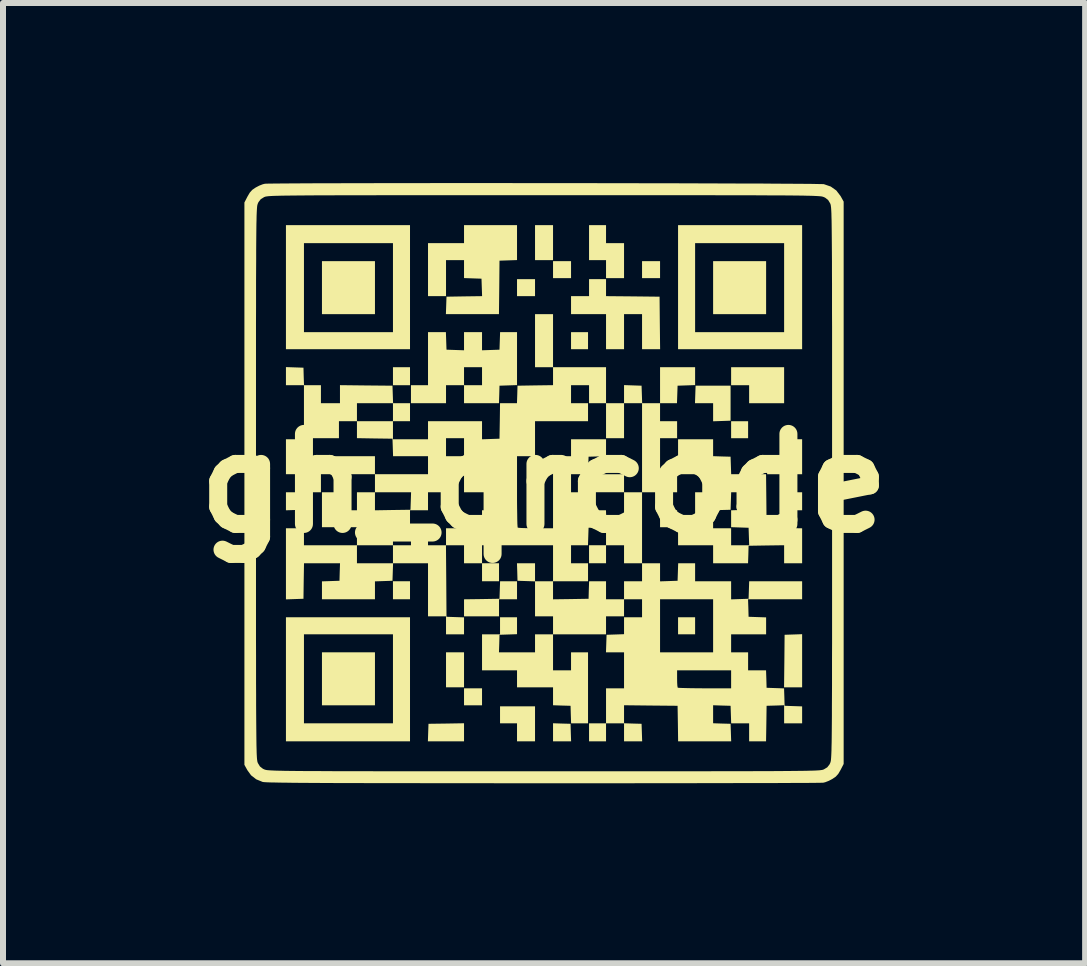
<source format=kicad_pcb>
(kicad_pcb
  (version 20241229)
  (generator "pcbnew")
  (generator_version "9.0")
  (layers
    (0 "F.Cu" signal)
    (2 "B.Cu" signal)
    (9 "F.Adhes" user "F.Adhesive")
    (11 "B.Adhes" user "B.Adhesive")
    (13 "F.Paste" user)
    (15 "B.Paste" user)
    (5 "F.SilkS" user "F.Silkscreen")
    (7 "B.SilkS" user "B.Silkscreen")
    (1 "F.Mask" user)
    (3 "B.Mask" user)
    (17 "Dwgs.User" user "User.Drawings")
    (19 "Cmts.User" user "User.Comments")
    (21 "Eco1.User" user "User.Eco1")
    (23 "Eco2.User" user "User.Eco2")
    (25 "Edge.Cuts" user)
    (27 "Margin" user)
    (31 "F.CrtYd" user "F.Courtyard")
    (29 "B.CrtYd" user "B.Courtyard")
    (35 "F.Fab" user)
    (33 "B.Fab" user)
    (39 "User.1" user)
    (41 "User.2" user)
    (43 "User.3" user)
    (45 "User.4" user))
  (footprint "gh_qrcode"
    (layer "F.Cu")
    (at 6.014 5.001)
    (property "Reference" "gh_qrcode" (at 0 0 0) (layer "F.SilkS") (effects (font (size 1.5 1.5) (thickness 0.3))))
    (attr board_only exclude_from_pos_files exclude_from_bom)
    (fp_poly (pts (xy -2.817 -3.258) (xy -2.817 -2.817) (xy -3.258 -2.817) (xy -3.7 -2.817) (xy -3.7 -3.258) (xy -3.7 -3.7) (xy -3.258 -3.7) (xy -2.817 -3.7)) (stroke (width 0) (type solid)) (fill yes) (layer "F.SilkS"))
    (fp_poly (pts (xy -2.817 3.258) (xy -2.817 3.7) (xy -3.258 3.7) (xy -3.7 3.7) (xy -3.7 3.258) (xy -3.7 2.817) (xy -3.258 2.817) (xy -2.817 2.817)) (stroke (width 0) (type solid)) (fill yes) (layer "F.SilkS"))
    (fp_poly (pts (xy -2.233 -1.783) (xy -2.233 -1.633) (xy -2.375 -1.633) (xy -2.517 -1.633) (xy -2.517 -1.783) (xy -2.517 -1.933) (xy -2.375 -1.933) (xy -2.233 -1.933)) (stroke (width 0) (type solid)) (fill yes) (layer "F.SilkS"))
    (fp_poly (pts (xy -2.233 1.783) (xy -2.233 1.933) (xy -2.375 1.933) (xy -2.517 1.933) (xy -2.517 1.783) (xy -2.517 1.633) (xy -2.375 1.633) (xy -2.233 1.633)) (stroke (width 0) (type solid)) (fill yes) (layer "F.SilkS"))
    (fp_poly (pts (xy -1.333 3.108) (xy -1.333 3.4) (xy -1.483 3.4) (xy -1.633 3.4) (xy -1.633 3.108) (xy -1.633 2.817) (xy -1.483 2.817) (xy -1.333 2.817)) (stroke (width 0) (type solid)) (fill yes) (layer "F.SilkS"))
    (fp_poly (pts (xy -1.333 4.15) (xy -1.333 4.3) (xy -1.634 4.3) (xy -1.935 4.3) (xy -1.93 4.154) (xy -1.925 4.008) (xy -1.629 4.004) (xy -1.333 3.999)) (stroke (width 0) (type solid)) (fill yes) (layer "F.SilkS"))
    (fp_poly (pts (xy -1.033 3.558) (xy -1.033 3.7) (xy -1.183 3.7) (xy -1.333 3.7) (xy -1.333 3.558) (xy -1.333 3.417) (xy -1.183 3.417) (xy -1.033 3.417)) (stroke (width 0) (type solid)) (fill yes) (layer "F.SilkS"))
    (fp_poly (pts (xy -0.75 1.483) (xy -0.75 1.633) (xy -0.892 1.633) (xy -1.033 1.633) (xy -1.033 1.483) (xy -1.033 1.333) (xy -0.892 1.333) (xy -0.75 1.333)) (stroke (width 0) (type solid)) (fill yes) (layer "F.SilkS"))
    (fp_poly (pts (xy -0.15 -3.258) (xy -0.15 -3.117) (xy -0.3 -3.117) (xy -0.45 -3.117) (xy -0.45 -3.258) (xy -0.45 -3.4) (xy -0.3 -3.4) (xy -0.15 -3.4)) (stroke (width 0) (type solid)) (fill yes) (layer "F.SilkS"))
    (fp_poly (pts (xy 0.15 -4.008) (xy 0.15 -3.717) (xy 0 -3.717) (xy -0.15 -3.717) (xy -0.15 -4.008) (xy -0.15 -4.3) (xy 0 -4.3) (xy 0.15 -4.3)) (stroke (width 0) (type solid)) (fill yes) (layer "F.SilkS"))
    (fp_poly (pts (xy 0.15 -2.375) (xy 0.15 -1.933) (xy 0 -1.933) (xy -0.15 -1.933) (xy -0.15 -2.375) (xy -0.15 -2.817) (xy 0 -2.817) (xy 0.15 -2.817)) (stroke (width 0) (type solid)) (fill yes) (layer "F.SilkS"))
    (fp_poly (pts (xy 0.296 4.004) (xy 0.442 4.008) (xy 0.446 4.154) (xy 0.451 4.3) (xy 0.301 4.3) (xy 0.15 4.3) (xy 0.15 4.149) (xy 0.15 3.999)) (stroke (width 0) (type solid)) (fill yes) (layer "F.SilkS"))
    (fp_poly (pts (xy 0.45 -3.558) (xy 0.45 -3.417) (xy 0.3 -3.417) (xy 0.15 -3.417) (xy 0.15 -3.558) (xy 0.15 -3.7) (xy 0.3 -3.7) (xy 0.45 -3.7)) (stroke (width 0) (type solid)) (fill yes) (layer "F.SilkS"))
    (fp_poly (pts (xy 0.733 -2.375) (xy 0.733 -2.233) (xy 0.592 -2.233) (xy 0.45 -2.233) (xy 0.45 -2.375) (xy 0.45 -2.517) (xy 0.592 -2.517) (xy 0.733 -2.517)) (stroke (width 0) (type solid)) (fill yes) (layer "F.SilkS"))
    (fp_poly (pts (xy 1.033 1.183) (xy 1.033 1.333) (xy 0.892 1.333) (xy 0.75 1.333) (xy 0.75 1.183) (xy 0.75 1.033) (xy 0.892 1.033) (xy 1.033 1.033)) (stroke (width 0) (type solid)) (fill yes) (layer "F.SilkS"))
    (fp_poly (pts (xy 1.333 0) (xy 1.333 0.15) (xy 1.042 0.15) (xy 0.75 0.15) (xy 0.75 0) (xy 0.75 -0.15) (xy 1.042 -0.15) (xy 1.333 -0.15)) (stroke (width 0) (type solid)) (fill yes) (layer "F.SilkS"))
    (fp_poly (pts (xy 1.933 -3.558) (xy 1.933 -3.417) (xy 1.783 -3.417) (xy 1.633 -3.417) (xy 1.633 -3.558) (xy 1.633 -3.7) (xy 1.783 -3.7) (xy 1.933 -3.7)) (stroke (width 0) (type solid)) (fill yes) (layer "F.SilkS"))
    (fp_poly (pts (xy 2.217 0.592) (xy 2.217 0.733) (xy 2.075 0.733) (xy 1.933 0.733) (xy 1.933 0.592) (xy 1.933 0.45) (xy 2.075 0.45) (xy 2.217 0.45)) (stroke (width 0) (type solid)) (fill yes) (layer "F.SilkS"))
    (fp_poly (pts (xy 2.517 2.375) (xy 2.517 2.517) (xy 2.375 2.517) (xy 2.233 2.517) (xy 2.233 2.375) (xy 2.233 2.233) (xy 2.375 2.233) (xy 2.517 2.233)) (stroke (width 0) (type solid)) (fill yes) (layer "F.SilkS"))
    (fp_poly (pts (xy 3.4 -0.892) (xy 3.4 -0.75) (xy 3.258 -0.75) (xy 3.117 -0.75) (xy 3.117 -0.892) (xy 3.117 -1.033) (xy 3.258 -1.033) (xy 3.4 -1.033)) (stroke (width 0) (type solid)) (fill yes) (layer "F.SilkS"))
    (fp_poly (pts (xy 3.7 -3.258) (xy 3.7 -2.817) (xy 3.258 -2.817) (xy 2.817 -2.817) (xy 2.817 -3.258) (xy 2.817 -3.7) (xy 3.258 -3.7) (xy 3.7 -3.7)) (stroke (width 0) (type solid)) (fill yes) (layer "F.SilkS"))
    (fp_poly (pts (xy 4.3 2.958) (xy 4.3 3.4) (xy 4.15 3.4) (xy 3.999 3.4) (xy 4.004 2.962) (xy 4.008 2.525) (xy 4.154 2.52) (xy 4.3 2.515)) (stroke (width 0) (type solid)) (fill yes) (layer "F.SilkS"))
    (fp_poly (pts (xy -0.15 4.008) (xy -0.15 4.3) (xy -0.3 4.3) (xy -0.45 4.3) (xy -0.45 4.15) (xy -0.45 4) (xy -0.592 4) (xy -0.733 4) (xy -0.733 3.858) (xy -0.733 3.717) (xy -0.442 3.717) (xy -0.15 3.717)) (stroke (width 0) (type solid)) (fill yes) (layer "F.SilkS"))
    (fp_poly (pts (xy 3.108 -1.333) (xy 3.108 -1.042) (xy 2.962 -1.037) (xy 2.817 -1.032) (xy 2.817 -1.183) (xy 2.817 -1.333) (xy 2.666 -1.333) (xy 2.515 -1.333) (xy 2.52 -1.479) (xy 2.525 -1.625) (xy 2.817 -1.625) (xy 3.108 -1.625)) (stroke (width 0) (type solid)) (fill yes) (layer "F.SilkS"))
    (fp_poly (pts (xy 4 -1.633) (xy 4 -1.333) (xy 3.708 -1.333) (xy 3.417 -1.333) (xy 3.417 -1.483) (xy 3.417 -1.633) (xy 3.267 -1.633) (xy 3.117 -1.633) (xy 3.117 -1.783) (xy 3.117 -1.933) (xy 3.558 -1.933) (xy 4 -1.933)) (stroke (width 0) (type solid)) (fill yes) (layer "F.SilkS"))
    (fp_poly (pts (xy 4.3 -0.442) (xy 4.3 -0.15) (xy 4.008 -0.15) (xy 3.717 -0.15) (xy 3.717 -0.3) (xy 3.717 -0.45) (xy 3.858 -0.45) (xy 4 -0.45) (xy 4 -0.592) (xy 4 -0.733) (xy 4.15 -0.733) (xy 4.3 -0.733)) (stroke (width 0) (type solid)) (fill yes) (layer "F.SilkS"))
    (fp_poly (pts (xy 4.3 0.3) (xy 4.3 0.45) (xy 4.161 0.45) (xy 4.096 0.449) (xy 4.044 0.445) (xy 4.015 0.441) (xy 4.011 0.439) (xy 4.006 0.418) (xy 4.002 0.373) (xy 4 0.311) (xy 4 0.289) (xy 4 0.15) (xy 4.15 0.15) (xy 4.3 0.15)) (stroke (width 0) (type solid)) (fill yes) (layer "F.SilkS"))
    (fp_poly (pts (xy -0.45 1.783) (xy -0.45 1.933) (xy -0.6 1.933) (xy -0.75 1.933) (xy -0.75 2.075) (xy -0.75 2.217) (xy -1.042 2.217) (xy -1.333 2.217) (xy -1.333 2.075) (xy -1.333 1.934) (xy -1.038 1.93) (xy -0.742 1.925) (xy -0.737 1.779) (xy -0.732 1.633) (xy -0.591 1.633) (xy -0.45 1.633)) (stroke (width 0) (type solid)) (fill yes) (layer "F.SilkS"))
    (fp_poly (pts (xy 1.033 -4.15) (xy 1.033 -4) (xy 1.183 -4) (xy 1.333 -4) (xy 1.333 -3.708) (xy 1.333 -3.417) (xy 1.183 -3.417) (xy 1.033 -3.417) (xy 1.033 -3.567) (xy 1.033 -3.717) (xy 0.892 -3.717) (xy 0.75 -3.717) (xy 0.75 -4.008) (xy 0.75 -4.3) (xy 0.892 -4.3) (xy 1.033 -4.3)) (stroke (width 0) (type solid)) (fill yes) (layer "F.SilkS"))
    (fp_poly (pts (xy -2.233 -3.267) (xy -2.233 -2.233) (xy -3.267 -2.233) (xy -4.3 -2.233) (xy -4.3 -3.258) (xy -4 -3.258) (xy -4 -2.517) (xy -3.258 -2.517) (xy -2.517 -2.517) (xy -2.517 -3.258) (xy -2.517 -4) (xy -3.258 -4) (xy -4 -4) (xy -4 -3.258) (xy -4.3 -3.258) (xy -4.3 -3.267) (xy -4.3 -4.3) (xy -3.267 -4.3) (xy -2.233 -4.3)) (stroke (width 0) (type solid)) (fill yes) (layer "F.SilkS"))
    (fp_poly (pts (xy -2.233 3.267) (xy -2.233 4.3) (xy -3.267 4.3) (xy -4.3 4.3) (xy -4.3 3.267) (xy -4.3 3.258) (xy -4 3.258) (xy -4 4) (xy -3.258 4) (xy -2.517 4) (xy -2.517 3.258) (xy -2.517 2.517) (xy -3.258 2.517) (xy -4 2.517) (xy -4 3.258) (xy -4.3 3.258) (xy -4.3 2.233) (xy -3.267 2.233) (xy -2.233 2.233)) (stroke (width 0) (type solid)) (fill yes) (layer "F.SilkS"))
    (fp_poly (pts (xy 4.3 -3.267) (xy 4.3 -2.233) (xy 3.267 -2.233) (xy 2.233 -2.233) (xy 2.233 -3.258) (xy 2.517 -3.258) (xy 2.517 -2.517) (xy 3.258 -2.517) (xy 4 -2.517) (xy 4 -3.258) (xy 4 -4) (xy 3.258 -4) (xy 2.517 -4) (xy 2.517 -3.258) (xy 2.233 -3.258) (xy 2.233 -3.267) (xy 2.233 -4.3) (xy 3.267 -4.3) (xy 4.3 -4.3)) (stroke (width 0) (type solid)) (fill yes) (layer "F.SilkS"))
    (fp_poly (pts (xy 1.033 -3.259) (xy 1.033 -3.117) (xy 1.479 -3.113) (xy 1.925 -3.108) (xy 1.929 -2.671) (xy 1.934 -2.233) (xy 1.784 -2.233) (xy 1.633 -2.233) (xy 1.633 -2.525) (xy 1.633 -2.817) (xy 1.483 -2.817) (xy 1.333 -2.817) (xy 1.333 -2.525) (xy 1.333 -2.233) (xy 1.183 -2.233) (xy 1.033 -2.233) (xy 1.033 -2.525) (xy 1.033 -2.817) (xy 0.742 -2.817) (xy 0.45 -2.817) (xy 0.45 -2.967) (xy 0.45 -3.117) (xy 0.6 -3.117) (xy 0.75 -3.117) (xy 0.75 -3.258) (xy 0.75 -3.4) (xy 0.892 -3.4) (xy 1.033 -3.4)) (stroke (width 0) (type solid)) (fill yes) (layer "F.SilkS"))
    (fp_poly (pts (xy -0.45 -4.009) (xy -0.45 -3.718) (xy -0.596 -3.713) (xy -0.742 -3.708) (xy -0.746 -3.263) (xy -0.751 -2.817) (xy -1.193 -2.817) (xy -1.635 -2.817) (xy -1.63 -2.962) (xy -1.625 -3.108) (xy -1.329 -3.113) (xy -1.032 -3.117) (xy -1.037 -3.263) (xy -1.042 -3.408) (xy -1.188 -3.413) (xy -1.333 -3.418) (xy -1.333 -3.567) (xy -1.333 -3.717) (xy -1.483 -3.717) (xy -1.633 -3.717) (xy -1.633 -3.417) (xy -1.633 -3.117) (xy -1.783 -3.117) (xy -1.933 -3.117) (xy -1.933 -3.558) (xy -1.933 -4) (xy -1.633 -4) (xy -1.333 -4) (xy -1.333 -4.15) (xy -1.333 -4.3) (xy -0.892 -4.3) (xy -0.45 -4.3)) (stroke (width 0) (type solid)) (fill yes) (layer "F.SilkS"))
    (fp_poly (pts (xy -1.63 -2.371) (xy -1.625 -2.225) (xy -1.479 -2.22) (xy -1.333 -2.215) (xy -1.333 -2.366) (xy -1.333 -2.517) (xy -1.183 -2.517) (xy -1.033 -2.517) (xy -1.033 -2.366) (xy -1.033 -2.215) (xy -0.887 -2.22) (xy -0.742 -2.225) (xy -0.737 -2.371) (xy -0.732 -2.517) (xy -0.591 -2.517) (xy -0.45 -2.517) (xy -0.45 -2.076) (xy -0.45 -1.635) (xy -0.596 -1.63) (xy -0.742 -1.625) (xy -0.746 -1.479) (xy -0.751 -1.333) (xy -1.042 -1.333) (xy -1.333 -1.333) (xy -1.333 -1.483) (xy -1.333 -1.633) (xy -1.483 -1.633) (xy -1.633 -1.633) (xy -1.633 -1.483) (xy -1.633 -1.333) (xy -1.925 -1.333) (xy -2.217 -1.333) (xy -2.217 -1.483) (xy -2.217 -1.633) (xy -2.075 -1.633) (xy -1.933 -1.633) (xy -1.933 -1.783) (xy -1.333 -1.783) (xy -1.333 -1.633) (xy -1.183 -1.633) (xy -1.033 -1.633) (xy -1.033 -1.783) (xy -1.033 -1.933) (xy -1.183 -1.933) (xy -1.333 -1.933) (xy -1.333 -1.783) (xy -1.933 -1.783) (xy -1.933 -2.075) (xy -1.933 -2.517) (xy -1.784 -2.517) (xy -1.635 -2.517)) (stroke (width 0) (type solid)) (fill yes) (layer "F.SilkS"))
    (fp_poly (pts (xy 2.817 -0.592) (xy 2.817 -0.451) (xy 2.962 -0.446) (xy 3.108 -0.442) (xy 3.113 -0.296) (xy 3.118 -0.15) (xy 3.409 -0.15) (xy 3.699 -0.15) (xy 3.704 0.296) (xy 3.708 0.742) (xy 4.004 0.746) (xy 4.3 0.751) (xy 4.3 1.042) (xy 4.3 1.333) (xy 4.15 1.333) (xy 4 1.333) (xy 4 1.183) (xy 4 1.033) (xy 3.704 1.037) (xy 3.408 1.042) (xy 3.404 1.188) (xy 3.399 1.333) (xy 3.108 1.333) (xy 2.817 1.333) (xy 2.817 1.183) (xy 2.817 1.033) (xy 2.525 1.033) (xy 2.233 1.033) (xy 2.233 0.892) (xy 2.233 0.75) (xy 2.375 0.75) (xy 2.517 0.75) (xy 2.517 0.451) (xy 2.817 0.451) (xy 2.817 0.601) (xy 2.817 0.75) (xy 2.967 0.75) (xy 3.117 0.75) (xy 3.117 0.892) (xy 3.117 1.033) (xy 3.267 1.033) (xy 3.418 1.033) (xy 3.413 0.887) (xy 3.408 0.742) (xy 3.263 0.737) (xy 3.117 0.732) (xy 3.117 0.592) (xy 3.117 0.451) (xy 3.263 0.446) (xy 3.408 0.442) (xy 3.413 0.296) (xy 3.418 0.15) (xy 3.268 0.15) (xy 3.118 0.15) (xy 3.113 0.296) (xy 3.108 0.442) (xy 2.962 0.446) (xy 2.817 0.451) (xy 2.517 0.451) (xy 2.517 0.45) (xy 2.517 0.15) (xy 2.667 0.15) (xy 2.817 0.15) (xy 2.817 0) (xy 2.817 -0.15) (xy 2.525 -0.15) (xy 2.233 -0.15) (xy 2.233 -0.442) (xy 2.233 -0.733) (xy 2.525 -0.733) (xy 2.817 -0.733)) (stroke (width 0) (type solid)) (fill yes) (layer "F.SilkS"))
    (fp_poly (pts (xy -0.721 -5.001) (xy -0.38 -5) (xy -0.037 -5) (xy 0.306 -5) (xy 0.647 -5) (xy 0.985 -4.999) (xy 1.319 -4.999) (xy 1.646 -4.998) (xy 1.965 -4.998) (xy 2.274 -4.997) (xy 2.572 -4.996) (xy 2.857 -4.995) (xy 3.128 -4.994) (xy 3.382 -4.993) (xy 3.618 -4.993) (xy 3.834 -4.991) (xy 4.029 -4.99) (xy 4.201 -4.989) (xy 4.349 -4.988) (xy 4.47 -4.987) (xy 4.564 -4.985) (xy 4.628 -4.984) (xy 4.661 -4.983) (xy 4.664 -4.982) (xy 4.777 -4.943) (xy 4.869 -4.878) (xy 4.938 -4.788) (xy 4.942 -4.782) (xy 4.992 -4.692) (xy 4.992 -0.007) (xy 4.992 4.677) (xy 4.941 4.776) (xy 4.903 4.841) (xy 4.861 4.888) (xy 4.804 4.927) (xy 4.745 4.958) (xy 4.686 4.981) (xy 4.654 4.989) (xy 4.633 4.99) (xy 4.579 4.991) (xy 4.494 4.992) (xy 4.381 4.993) (xy 4.239 4.993) (xy 4.071 4.994) (xy 3.878 4.995) (xy 3.661 4.995) (xy 3.422 4.996) (xy 3.162 4.996) (xy 2.882 4.997) (xy 2.584 4.997) (xy 2.269 4.998) (xy 1.938 4.998) (xy 1.593 4.998) (xy 1.235 4.999) (xy 0.866 4.999) (xy 0.487 4.999) (xy 0.099 4.999) (xy -0.008 4.999) (xy -0.49 4.999) (xy -0.939 4.998) (xy -1.357 4.998) (xy -1.745 4.998) (xy -2.103 4.997) (xy -2.433 4.997) (xy -2.736 4.997) (xy -3.012 4.996) (xy -3.263 4.995) (xy -3.49 4.995) (xy -3.694 4.994) (xy -3.875 4.993) (xy -4.035 4.992) (xy -4.175 4.991) (xy -4.296 4.989) (xy -4.398 4.988) (xy -4.483 4.986) (xy -4.552 4.985) (xy -4.606 4.983) (xy -4.646 4.981) (xy -4.672 4.979) (xy -4.687 4.977) (xy -4.687 4.977) (xy -4.795 4.933) (xy -4.881 4.866) (xy -4.942 4.782) (xy -4.992 4.692) (xy -4.992 0.007) (xy -4.992 -0.116) (xy -4.799 -0.116) (xy -4.799 0) (xy -4.799 0.463) (xy -4.799 0.893) (xy -4.799 1.293) (xy -4.799 1.663) (xy -4.799 2.004) (xy -4.799 2.318) (xy -4.799 2.606) (xy -4.798 2.868) (xy -4.798 3.107) (xy -4.798 3.322) (xy -4.797 3.517) (xy -4.797 3.691) (xy -4.796 3.845) (xy -4.795 3.982) (xy -4.794 4.102) (xy -4.793 4.206) (xy -4.792 4.295) (xy -4.791 4.372) (xy -4.789 4.436) (xy -4.788 4.489) (xy -4.786 4.532) (xy -4.784 4.567) (xy -4.782 4.595) (xy -4.779 4.616) (xy -4.777 4.632) (xy -4.774 4.644) (xy -4.771 4.653) (xy -4.768 4.661) (xy -4.767 4.663) (xy -4.733 4.719) (xy -4.684 4.757) (xy -4.663 4.767) (xy -4.655 4.77) (xy -4.646 4.773) (xy -4.635 4.776) (xy -4.62 4.779) (xy -4.6 4.781) (xy -4.575 4.783) (xy -4.542 4.785) (xy -4.5 4.787) (xy -4.45 4.789) (xy -4.388 4.79) (xy -4.315 4.792) (xy -4.229 4.793) (xy -4.128 4.794) (xy -4.012 4.795) (xy -3.88 4.796) (xy -3.73 4.796) (xy -3.561 4.797) (xy -3.372 4.798) (xy -3.161 4.798) (xy -2.928 4.798) (xy -2.672 4.799) (xy -2.39 4.799) (xy -2.083 4.799) (xy -1.749 4.799) (xy -1.386 4.799) (xy -0.993 4.799) (xy -0.57 4.799) (xy -0.116 4.799) (xy 0 4.799) (xy 0.463 4.799) (xy 0.893 4.799) (xy 1.293 4.799) (xy 1.663 4.799) (xy 2.004 4.799) (xy 2.318 4.799) (xy 2.606 4.799) (xy 2.868 4.798) (xy 3.107 4.798) (xy 3.322 4.798) (xy 3.517 4.797) (xy 3.691 4.797) (xy 3.845 4.796) (xy 3.982 4.795) (xy 4.102 4.794) (xy 4.206 4.793) (xy 4.295 4.792) (xy 4.372 4.791) (xy 4.436 4.789) (xy 4.489 4.788) (xy 4.532 4.786) (xy 4.567 4.784) (xy 4.595 4.782) (xy 4.616 4.779) (xy 4.632 4.777) (xy 4.644 4.774) (xy 4.653 4.771) (xy 4.661 4.768) (xy 4.663 4.767) (xy 4.719 4.733) (xy 4.757 4.684) (xy 4.767 4.663) (xy 4.77 4.655) (xy 4.773 4.646) (xy 4.776 4.635) (xy 4.779 4.62) (xy 4.781 4.6) (xy 4.783 4.575) (xy 4.785 4.542) (xy 4.787 4.5) (xy 4.789 4.45) (xy 4.79 4.388) (xy 4.792 4.315) (xy 4.793 4.229) (xy 4.794 4.128) (xy 4.795 4.012) (xy 4.796 3.88) (xy 4.796 3.73) (xy 4.797 3.561) (xy 4.798 3.372) (xy 4.798 3.161) (xy 4.798 2.928) (xy 4.799 2.672) (xy 4.799 2.39) (xy 4.799 2.083) (xy 4.799 1.749) (xy 4.799 1.386) (xy 4.799 0.993) (xy 4.799 0.57) (xy 4.799 0.116) (xy 4.799 0) (xy 4.799 -0.463) (xy 4.799 -0.893) (xy 4.799 -1.293) (xy 4.799 -1.663) (xy 4.799 -2.004) (xy 4.799 -2.318) (xy 4.799 -2.606) (xy 4.798 -2.868) (xy 4.798 -3.107) (xy 4.798 -3.322) (xy 4.797 -3.517) (xy 4.797 -3.691) (xy 4.796 -3.845) (xy 4.795 -3.982) (xy 4.794 -4.102) (xy 4.793 -4.206) (xy 4.792 -4.295) (xy 4.791 -4.372) (xy 4.789 -4.436) (xy 4.788 -4.489) (xy 4.786 -4.532) (xy 4.784 -4.567) (xy 4.782 -4.595) (xy 4.779 -4.616) (xy 4.777 -4.632) (xy 4.774 -4.644) (xy 4.771 -4.653) (xy 4.768 -4.661) (xy 4.767 -4.663) (xy 4.733 -4.719) (xy 4.684 -4.757) (xy 4.663 -4.767) (xy 4.655 -4.77) (xy 4.646 -4.773) (xy 4.635 -4.776) (xy 4.62 -4.779) (xy 4.6 -4.781) (xy 4.575 -4.783) (xy 4.542 -4.785) (xy 4.5 -4.787) (xy 4.45 -4.789) (xy 4.388 -4.79) (xy 4.315 -4.792) (xy 4.229 -4.793) (xy 4.128 -4.794) (xy 4.012 -4.795) (xy 3.88 -4.796) (xy 3.73 -4.796) (xy 3.561 -4.797) (xy 3.372 -4.798) (xy 3.161 -4.798) (xy 2.928 -4.798) (xy 2.672 -4.799) (xy 2.39 -4.799) (xy 2.083 -4.799) (xy 1.749 -4.799) (xy 1.386 -4.799) (xy 0.993 -4.799) (xy 0.57 -4.799) (xy 0.116 -4.799) (xy 0 -4.799) (xy -0.463 -4.799) (xy -0.893 -4.799) (xy -1.293 -4.799) (xy -1.663 -4.799) (xy -2.004 -4.799) (xy -2.318 -4.799) (xy -2.606 -4.799) (xy -2.868 -4.798) (xy -3.107 -4.798) (xy -3.322 -4.798) (xy -3.517 -4.797) (xy -3.691 -4.797) (xy -3.845 -4.796) (xy -3.982 -4.795) (xy -4.102 -4.794) (xy -4.206 -4.793) (xy -4.295 -4.792) (xy -4.372 -4.791) (xy -4.436 -4.789) (xy -4.489 -4.788) (xy -4.532 -4.786) (xy -4.567 -4.784) (xy -4.595 -4.782) (xy -4.616 -4.779) (xy -4.632 -4.777) (xy -4.644 -4.774) (xy -4.653 -4.771) (xy -4.661 -4.768) (xy -4.663 -4.767) (xy -4.719 -4.733) (xy -4.757 -4.684) (xy -4.767 -4.663) (xy -4.77 -4.655) (xy -4.773 -4.646) (xy -4.776 -4.635) (xy -4.779 -4.62) (xy -4.781 -4.6) (xy -4.783 -4.575) (xy -4.785 -4.542) (xy -4.787 -4.5) (xy -4.789 -4.45) (xy -4.79 -4.388) (xy -4.792 -4.315) (xy -4.793 -4.229) (xy -4.794 -4.128) (xy -4.795 -4.012) (xy -4.796 -3.88) (xy -4.796 -3.73) (xy -4.797 -3.561) (xy -4.798 -3.372) (xy -4.798 -3.161) (xy -4.798 -2.928) (xy -4.799 -2.672) (xy -4.799 -2.39) (xy -4.799 -2.083) (xy -4.799 -1.749) (xy -4.799 -1.386) (xy -4.799 -0.993) (xy -4.799 -0.57) (xy -4.799 -0.116) (xy -4.992 -0.116) (xy -4.992 -4.677) (xy -4.941 -4.776) (xy -4.903 -4.841) (xy -4.861 -4.888) (xy -4.804 -4.927) (xy -4.745 -4.958) (xy -4.686 -4.981) (xy -4.654 -4.989) (xy -4.63 -4.991) (xy -4.573 -4.992) (xy -4.486 -4.993) (xy -4.372 -4.994) (xy -4.23 -4.995) (xy -4.064 -4.996) (xy -3.874 -4.997) (xy -3.663 -4.998) (xy -3.432 -4.998) (xy -3.182 -4.999) (xy -2.915 -4.999) (xy -2.634 -5) (xy -2.339 -5) (xy -2.032 -5) (xy -1.715 -5.001) (xy -1.39 -5.001) (xy -1.058 -5.001)) (stroke (width 0) (type solid)) (fill yes) (layer "F.SilkS"))
    (fp_poly (pts (xy -4.154 -1.93) (xy -4.008 -1.925) (xy -4.004 -1.779) (xy -3.999 -1.633) (xy -3.858 -1.633) (xy -3.717 -1.633) (xy -3.717 -1.483) (xy -3.717 -1.333) (xy -3.558 -1.333) (xy -3.4 -1.333) (xy -3.4 -1.484) (xy -3.4 -1.634) (xy -2.962 -1.629) (xy -2.525 -1.625) (xy -2.52 -1.479) (xy -2.515 -1.333) (xy -2.374 -1.333) (xy -2.233 -1.333) (xy -2.233 -1.183) (xy -2.233 -1.033) (xy -2.375 -1.033) (xy -2.517 -1.033) (xy -2.517 -0.883) (xy -2.517 -0.733) (xy -2.225 -0.733) (xy -1.933 -0.733) (xy -1.933 -0.883) (xy -1.933 -1.033) (xy -1.483 -1.033) (xy -1.033 -1.033) (xy -1.033 -0.883) (xy -1.033 -0.732) (xy -0.887 -0.737) (xy -0.742 -0.742) (xy -0.737 -1.038) (xy -0.733 -1.333) (xy -0.592 -1.333) (xy -0.451 -1.333) (xy -0.446 -1.479) (xy -0.442 -1.625) (xy -0.146 -1.63) (xy 0.15 -1.634) (xy 0.15 -1.784) (xy 0.15 -1.933) (xy 0.592 -1.933) (xy 1.033 -1.933) (xy 1.033 -1.633) (xy 1.033 -1.333) (xy 1.183 -1.333) (xy 1.333 -1.333) (xy 1.333 -1.484) (xy 1.333 -1.635) (xy 1.479 -1.63) (xy 1.625 -1.625) (xy 1.63 -1.479) (xy 1.635 -1.333) (xy 1.784 -1.333) (xy 1.933 -1.333) (xy 1.933 -1.633) (xy 1.933 -1.933) (xy 2.225 -1.933) (xy 2.517 -1.933) (xy 2.517 -1.784) (xy 2.517 -1.635) (xy 2.371 -1.63) (xy 2.225 -1.625) (xy 2.22 -1.479) (xy 2.215 -1.333) (xy 2.074 -1.333) (xy 1.933 -1.333) (xy 1.933 -1.183) (xy 1.933 -1.033) (xy 2.075 -1.033) (xy 2.217 -1.033) (xy 2.217 -0.892) (xy 2.217 -0.75) (xy 2.075 -0.75) (xy 1.933 -0.75) (xy 1.933 -0.45) (xy 1.933 -0.15) (xy 2.075 -0.15) (xy 2.217 -0.15) (xy 2.217 0) (xy 2.217 0.15) (xy 1.925 0.15) (xy 1.633 0.15) (xy 1.633 0.742) (xy 1.633 1.333) (xy 1.483 1.333) (xy 1.333 1.333) (xy 1.333 1.183) (xy 1.333 1.033) (xy 1.183 1.033) (xy 1.033 1.033) (xy 1.033 0.883) (xy 1.033 0.732) (xy 0.887 0.737) (xy 0.742 0.742) (xy 0.737 0.887) (xy 0.732 1.033) (xy 0.591 1.033) (xy 0.45 1.033) (xy 0.45 1.183) (xy 0.45 1.333) (xy 0.592 1.333) (xy 0.733 1.333) (xy 0.733 1.483) (xy 0.733 1.633) (xy 0.442 1.633) (xy 0.15 1.633) (xy 0.15 1.784) (xy 0.15 1.934) (xy 0.446 1.93) (xy 0.742 1.925) (xy 0.746 1.779) (xy 0.751 1.633) (xy 0.892 1.633) (xy 1.033 1.633) (xy 1.033 1.783) (xy 1.033 1.933) (xy 1.183 1.933) (xy 1.333 1.933) (xy 1.333 1.783) (xy 1.333 1.633) (xy 1.483 1.633) (xy 1.633 1.633) (xy 1.633 1.483) (xy 1.633 1.333) (xy 1.783 1.333) (xy 1.933 1.333) (xy 1.933 1.484) (xy 1.933 1.635) (xy 2.079 1.63) (xy 2.225 1.625) (xy 2.23 1.479) (xy 2.235 1.333) (xy 2.376 1.333) (xy 2.517 1.333) (xy 2.517 1.483) (xy 2.517 1.633) (xy 2.817 1.633) (xy 3.117 1.633) (xy 3.117 1.784) (xy 3.117 1.935) (xy 3.263 1.93) (xy 3.408 1.925) (xy 3.413 1.779) (xy 3.418 1.633) (xy 3.859 1.633) (xy 4.3 1.633) (xy 4.3 1.783) (xy 4.3 1.933) (xy 3.849 1.933) (xy 3.399 1.933) (xy 3.404 2.079) (xy 3.408 2.225) (xy 3.554 2.23) (xy 3.7 2.235) (xy 3.7 2.376) (xy 3.7 2.517) (xy 3.408 2.517) (xy 3.117 2.517) (xy 3.117 2.667) (xy 3.117 2.817) (xy 3.258 2.817) (xy 3.4 2.817) (xy 3.4 2.967) (xy 3.4 3.117) (xy 3.549 3.117) (xy 3.699 3.117) (xy 3.704 3.263) (xy 3.708 3.408) (xy 3.854 3.413) (xy 3.999 3.418) (xy 4.004 3.563) (xy 4.008 3.708) (xy 4.154 3.713) (xy 4.3 3.718) (xy 4.3 3.859) (xy 4.3 4) (xy 4.15 4) (xy 4 4) (xy 4 3.849) (xy 4 3.699) (xy 3.854 3.704) (xy 3.708 3.708) (xy 3.704 4.004) (xy 3.699 4.3) (xy 3.558 4.3) (xy 3.417 4.3) (xy 3.417 4.15) (xy 3.417 4) (xy 3.267 4) (xy 3.118 4) (xy 3.113 3.854) (xy 3.108 3.708) (xy 2.962 3.704) (xy 2.817 3.699) (xy 2.817 3.849) (xy 2.817 3.999) (xy 2.962 4.004) (xy 3.108 4.008) (xy 3.113 4.154) (xy 3.118 4.3) (xy 2.676 4.3) (xy 2.234 4.3) (xy 2.23 4.004) (xy 2.225 3.708) (xy 1.779 3.704) (xy 1.333 3.699) (xy 1.333 3.849) (xy 1.333 3.999) (xy 1.479 4.004) (xy 1.625 4.008) (xy 1.63 4.154) (xy 1.635 4.3) (xy 1.484 4.3) (xy 1.333 4.3) (xy 1.333 4.15) (xy 1.333 4) (xy 1.183 4) (xy 1.033 4) (xy 1.033 4.15) (xy 1.033 4.3) (xy 0.892 4.3) (xy 0.75 4.3) (xy 0.75 4.15) (xy 0.75 4) (xy 0.892 4) (xy 1.033 4) (xy 1.033 3.708) (xy 1.033 3.417) (xy 1.183 3.417) (xy 1.333 3.417) (xy 1.333 3.256) (xy 2.217 3.256) (xy 2.218 3.321) (xy 2.221 3.372) (xy 2.226 3.402) (xy 2.228 3.406) (xy 2.247 3.409) (xy 2.295 3.411) (xy 2.367 3.413) (xy 2.459 3.415) (xy 2.566 3.416) (xy 2.678 3.417) (xy 3.117 3.417) (xy 3.117 3.267) (xy 3.117 3.117) (xy 2.667 3.117) (xy 2.217 3.117) (xy 2.217 3.256) (xy 1.333 3.256) (xy 1.333 3.117) (xy 1.333 2.817) (xy 1.183 2.817) (xy 1.032 2.817) (xy 1.037 2.671) (xy 1.042 2.525) (xy 1.188 2.52) (xy 1.333 2.515) (xy 1.333 2.375) (xy 1.933 2.375) (xy 1.933 2.817) (xy 2.375 2.817) (xy 2.817 2.817) (xy 2.817 2.375) (xy 2.817 1.933) (xy 2.375 1.933) (xy 1.933 1.933) (xy 1.933 2.375) (xy 1.333 2.375) (xy 1.333 2.374) (xy 1.333 2.233) (xy 1.483 2.233) (xy 1.633 2.233) (xy 1.633 2.083) (xy 1.633 1.933) (xy 1.483 1.933) (xy 1.333 1.933) (xy 1.333 2.075) (xy 1.333 2.217) (xy 1.183 2.217) (xy 1.033 2.217) (xy 1.033 2.367) (xy 1.033 2.517) (xy 0.592 2.517) (xy 0.15 2.517) (xy 0.15 2.817) (xy 0.15 3.117) (xy 0.3 3.117) (xy 0.45 3.117) (xy 0.45 2.967) (xy 0.45 2.817) (xy 0.592 2.817) (xy 0.733 2.817) (xy 0.733 3.408) (xy 0.733 4) (xy 0.592 4) (xy 0.451 4) (xy 0.446 3.854) (xy 0.442 3.708) (xy 0.296 3.704) (xy 0.15 3.699) (xy 0.15 3.549) (xy 0.15 3.4) (xy -0.15 3.4) (xy -0.45 3.4) (xy -0.45 3.258) (xy -0.45 3.117) (xy -0.742 3.117) (xy -1.033 3.117) (xy -1.033 2.817) (xy -1.033 2.517) (xy -0.883 2.517) (xy -0.733 2.517) (xy -0.733 2.375) (xy -0.733 2.233) (xy -0.592 2.233) (xy -0.45 2.233) (xy -0.45 2.374) (xy -0.45 2.515) (xy -0.596 2.52) (xy -0.742 2.525) (xy -0.746 2.671) (xy -0.751 2.817) (xy -0.451 2.817) (xy -0.15 2.817) (xy -0.15 2.667) (xy -0.15 2.517) (xy 0 2.517) (xy 0.15 2.517) (xy 0.15 2.367) (xy 0.15 2.217) (xy 0 2.217) (xy -0.15 2.217) (xy -0.15 1.926) (xy -0.15 1.635) (xy -0.296 1.63) (xy -0.442 1.625) (xy -0.446 1.479) (xy -0.451 1.333) (xy -0.301 1.333) (xy -0.15 1.333) (xy -0.15 1.483) (xy -0.15 1.633) (xy 0 1.633) (xy 0.15 1.633) (xy 0.15 1.333) (xy 0.15 1.033) (xy -0.442 1.033) (xy -1.033 1.033) (xy -1.033 1.183) (xy -1.033 1.333) (xy -1.183 1.333) (xy -1.333 1.333) (xy -1.333 1.183) (xy -1.333 1.033) (xy -1.484 1.033) (xy -1.633 1.033) (xy -1.633 0.892) (xy -1.633 0.75) (xy -1.333 0.75) (xy -1.033 0.75) (xy -1.033 0.601) (xy -1.033 0.451) (xy -0.887 0.446) (xy -0.742 0.442) (xy -0.737 0.296) (xy -0.732 0.15) (xy -1.033 0.15) (xy -1.333 0.15) (xy -1.333 0) (xy -1.333 -0.15) (xy -1.483 -0.15) (xy -1.633 -0.15) (xy -1.633 0) (xy -1.633 0.15) (xy -1.783 0.15) (xy -1.933 0.15) (xy -1.933 0.3) (xy -1.933 0.45) (xy -2.083 0.45) (xy -2.233 0.45) (xy -2.233 0.592) (xy -2.233 0.733) (xy -2.375 0.733) (xy -2.517 0.733) (xy -2.517 0.883) (xy -2.517 1.033) (xy -2.817 1.033) (xy -3.117 1.033) (xy -3.117 1.183) (xy -3.117 1.333) (xy -2.817 1.333) (xy -2.517 1.333) (xy -2.517 1.183) (xy -2.517 1.033) (xy -2.367 1.033) (xy -2.217 1.033) (xy -2.217 0.892) (xy -2.217 0.75) (xy -2.075 0.75) (xy -1.933 0.75) (xy -1.933 0.892) (xy -1.933 1.033) (xy -1.783 1.033) (xy -1.634 1.033) (xy -1.629 1.629) (xy -1.625 2.225) (xy -1.479 2.23) (xy -1.333 2.235) (xy -1.333 2.376) (xy -1.333 2.517) (xy -1.483 2.517) (xy -1.633 2.517) (xy -1.633 2.367) (xy -1.633 2.217) (xy -1.783 2.217) (xy -1.933 2.217) (xy -1.933 1.775) (xy -1.933 1.333) (xy -2.224 1.333) (xy -2.515 1.333) (xy -2.52 1.479) (xy -2.525 1.625) (xy -2.671 1.63) (xy -2.817 1.635) (xy -2.817 1.784) (xy -2.817 1.933) (xy -3.258 1.933) (xy -3.7 1.933) (xy -3.7 1.784) (xy -3.7 1.635) (xy -3.554 1.63) (xy -3.408 1.625) (xy -3.404 1.479) (xy -3.399 1.333) (xy -3.699 1.333) (xy -3.999 1.333) (xy -4.004 1.629) (xy -4.008 1.925) (xy -4.154 1.93) (xy -4.3 1.935) (xy -4.3 1.342) (xy -4.3 0.75) (xy -4.15 0.75) (xy -4 0.75) (xy -4 0.892) (xy -4 1.033) (xy -3.558 1.033) (xy -3.117 1.033) (xy -3.117 0.883) (xy -3.117 0.733) (xy -3.408 0.733) (xy -3.7 0.733) (xy -3.7 0.442) (xy -3.7 0.15) (xy -3.558 0.15) (xy -3.417 0.15) (xy -3.417 0.3) (xy -3.417 0.45) (xy -3.267 0.45) (xy -3.117 0.45) (xy -3.117 0.3) (xy -2.817 0.3) (xy -2.817 0.451) (xy -2.521 0.446) (xy -2.225 0.442) (xy -2.22 0.296) (xy -2.215 0.15) (xy -2.516 0.15) (xy -2.817 0.15) (xy -2.817 0.3) (xy -3.117 0.3) (xy -3.117 0.3) (xy -3.117 0.15) (xy -2.967 0.15) (xy -2.817 0.15) (xy -2.817 0) (xy -2.817 -0.15) (xy -3.267 -0.15) (xy -3.717 -0.15) (xy -3.717 0) (xy -3.717 0.15) (xy -3.858 0.15) (xy -3.999 0.15) (xy -4.004 0.296) (xy -4.008 0.442) (xy -4.154 0.446) (xy -4.3 0.451) (xy -4.3 0.301) (xy -4.3 0.15) (xy -4.15 0.15) (xy -4 0.15) (xy -4 0) (xy -4 -0.15) (xy -4.15 -0.15) (xy -4.3 -0.15) (xy -4.3 -0.442) (xy -4.3 -0.733) (xy -4.15 -0.733) (xy -4 -0.733) (xy -4 -0.592) (xy -4 -0.45) (xy -3.408 -0.45) (xy -2.817 -0.45) (xy -2.817 -0.3) (xy -2.817 -0.15) (xy -2.375 -0.15) (xy -1.933 -0.15) (xy -1.933 -0.3) (xy -1.933 -0.45) (xy -2.224 -0.45) (xy -2.515 -0.45) (xy -2.52 -0.596) (xy -2.52 -0.6) (xy -1.633 -0.6) (xy -1.633 -0.45) (xy -1.483 -0.45) (xy -1.333 -0.45) (xy -0.45 -0.45) (xy -0.45 0.139) (xy -0.45 0.276) (xy -0.449 0.402) (xy -0.447 0.514) (xy -0.446 0.607) (xy -0.444 0.679) (xy -0.441 0.724) (xy -0.439 0.739) (xy -0.419 0.743) (xy -0.372 0.746) (xy -0.303 0.748) (xy -0.217 0.75) (xy -0.139 0.75) (xy 0.15 0.75) (xy 0.15 0.15) (xy 0.15 -0.45) (xy 0.3 -0.45) (xy 0.45 -0.45) (xy 0.45 -0.592) (xy 0.45 -0.733) (xy 0.742 -0.733) (xy 1.033 -0.733) (xy 1.033 -0.592) (xy 1.033 -0.451) (xy 0.887 -0.446) (xy 0.742 -0.442) (xy 0.737 -0.296) (xy 0.732 -0.15) (xy 0.591 -0.15) (xy 0.45 -0.15) (xy 0.45 0) (xy 0.45 0.15) (xy 0.592 0.15) (xy 0.733 0.15) (xy 0.733 0.3) (xy 0.733 0.45) (xy 0.883 0.45) (xy 1.032 0.45) (xy 1.037 0.596) (xy 1.042 0.742) (xy 1.188 0.746) (xy 1.333 0.751) (xy 1.333 0.451) (xy 1.333 0.15) (xy 1.483 0.15) (xy 1.633 0.15) (xy 1.633 -0.592) (xy 1.633 -1.333) (xy 1.483 -1.333) (xy 1.333 -1.333) (xy 1.333 -1.042) (xy 1.333 -0.75) (xy 1.183 -0.75) (xy 1.033 -0.75) (xy 1.033 -1.042) (xy 1.033 -1.333) (xy 0.892 -1.333) (xy 0.75 -1.333) (xy 0.75 -1.483) (xy 0.75 -1.633) (xy 0.6 -1.633) (xy 0.45 -1.633) (xy 0.45 -1.483) (xy 0.45 -1.333) (xy 0.592 -1.333) (xy 0.733 -1.333) (xy 0.733 -1.183) (xy 0.733 -1.033) (xy 0.292 -1.033) (xy -0.15 -1.033) (xy -0.15 -0.742) (xy -0.15 -0.45) (xy -0.3 -0.45) (xy -0.45 -0.45) (xy -1.333 -0.45) (xy -1.333 -0.6) (xy -1.333 -0.75) (xy -1.483 -0.75) (xy -1.633 -0.75) (xy -1.633 -0.6) (xy -2.52 -0.6) (xy -2.525 -0.742) (xy -2.821 -0.746) (xy -3.117 -0.751) (xy -3.117 -0.892) (xy -3.117 -1.033) (xy -3.267 -1.033) (xy -3.417 -1.033) (xy -3.417 -0.892) (xy -3.417 -0.75) (xy -3.708 -0.75) (xy -4 -0.75) (xy -4 -1.183) (xy -3.117 -1.183) (xy -3.117 -1.033) (xy -2.817 -1.033) (xy -2.517 -1.033) (xy -2.517 -1.183) (xy -2.517 -1.333) (xy -2.817 -1.333) (xy -3.117 -1.333) (xy -3.117 -1.183) (xy -4 -1.183) (xy -4 -1.192) (xy -4 -1.633) (xy -4.15 -1.633) (xy -4.3 -1.633) (xy -4.3 -1.784) (xy -4.3 -1.935)) (stroke (width 0) (type solid)) (fill yes) (layer "F.SilkS")))
  (gr_rect
    (start -3 -3)
    (end 15.029 12.999)
    (stroke (width 0.1) (type default))
    (fill no)
    (layer "Edge.Cuts")))
</source>
